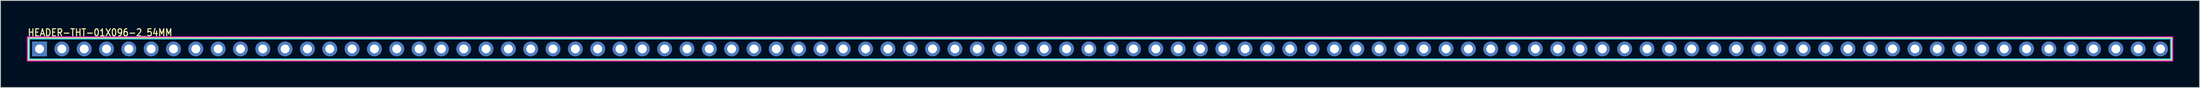
<source format=kicad_pcb>
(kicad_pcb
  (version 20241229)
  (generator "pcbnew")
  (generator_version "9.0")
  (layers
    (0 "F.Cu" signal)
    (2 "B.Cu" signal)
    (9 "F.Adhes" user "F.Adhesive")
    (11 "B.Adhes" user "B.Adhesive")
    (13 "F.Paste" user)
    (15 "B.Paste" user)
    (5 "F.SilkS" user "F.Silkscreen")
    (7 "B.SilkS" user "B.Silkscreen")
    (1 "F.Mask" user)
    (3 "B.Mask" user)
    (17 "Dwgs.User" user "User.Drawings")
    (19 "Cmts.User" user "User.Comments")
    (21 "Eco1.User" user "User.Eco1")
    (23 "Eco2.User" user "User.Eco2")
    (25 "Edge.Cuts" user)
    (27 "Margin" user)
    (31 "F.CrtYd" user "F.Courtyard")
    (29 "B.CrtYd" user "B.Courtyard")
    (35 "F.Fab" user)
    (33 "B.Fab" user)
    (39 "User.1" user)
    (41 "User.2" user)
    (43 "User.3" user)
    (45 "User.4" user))
  (footprint "HEADER-THT-01X096-2_54MM"
    (layer "F.Cu")
    (at 1.447 2.579)
    (property "Reference" "HEADER-THT-01X096-2_54MM" (at -1.4 -1.4 0) (unlocked yes) (layer "F.SilkS") (effects (font (size 0.813 0.695) (thickness 0.122)) (justify left bottom)))
    (fp_line (start -1.27 -1.27) (end -1.27 1.27) (stroke (width 0.127) (type solid)) (layer "F.SilkS"))
    (fp_line (start -1.27 1.27) (end 242.57 1.27) (stroke (width 0.127) (type solid)) (layer "F.SilkS"))
    (fp_line (start 242.57 -1.27) (end -1.27 -1.27) (stroke (width 0.127) (type solid)) (layer "F.SilkS"))
    (fp_line (start 242.57 1.27) (end 242.57 -1.27) (stroke (width 0.127) (type solid)) (layer "F.SilkS"))
    (fp_poly (pts (xy -1.143 -1.143) (xy 242.443 -1.143) (xy 242.443 1.143) (xy -1.143 1.143)) (stroke (width 0.1) (type solid)) (fill no) (layer "B.CrtYd"))
    (fp_poly (pts (xy -1.397 -1.397) (xy 242.697 -1.397) (xy 242.697 1.397) (xy -1.397 1.397)) (stroke (width 0.1) (type solid)) (fill no) (layer "F.CrtYd"))
    (pad "P$1" thru_hole rect (at 0 0) (size 1.693 1.693) (drill 1.016) (layers "*.Cu" "*.Mask"))
    (pad "P$2" thru_hole oval (at 2.54 0) (size 1.693 1.693) (drill 1.016) (layers "*.Cu" "*.Mask"))
    (pad "P$3" thru_hole oval (at 5.08 0) (size 1.693 1.693) (drill 1.016) (layers "*.Cu" "*.Mask"))
    (pad "P$4" thru_hole oval (at 7.62 0) (size 1.693 1.693) (drill 1.016) (layers "*.Cu" "*.Mask"))
    (pad "P$5" thru_hole oval (at 10.16 0) (size 1.693 1.693) (drill 1.016) (layers "*.Cu" "*.Mask"))
    (pad "P$6" thru_hole oval (at 12.7 0) (size 1.693 1.693) (drill 1.016) (layers "*.Cu" "*.Mask"))
    (pad "P$7" thru_hole oval (at 15.24 0) (size 1.693 1.693) (drill 1.016) (layers "*.Cu" "*.Mask"))
    (pad "P$8" thru_hole oval (at 17.78 0) (size 1.693 1.693) (drill 1.016) (layers "*.Cu" "*.Mask"))
    (pad "P$9" thru_hole oval (at 20.32 0) (size 1.693 1.693) (drill 1.016) (layers "*.Cu" "*.Mask"))
    (pad "P$10" thru_hole oval (at 22.86 0) (size 1.693 1.693) (drill 1.016) (layers "*.Cu" "*.Mask"))
    (pad "P$11" thru_hole oval (at 25.4 0) (size 1.693 1.693) (drill 1.016) (layers "*.Cu" "*.Mask"))
    (pad "P$12" thru_hole oval (at 27.94 0) (size 1.693 1.693) (drill 1.016) (layers "*.Cu" "*.Mask"))
    (pad "P$13" thru_hole oval (at 30.48 0) (size 1.693 1.693) (drill 1.016) (layers "*.Cu" "*.Mask"))
    (pad "P$14" thru_hole oval (at 33.02 0) (size 1.693 1.693) (drill 1.016) (layers "*.Cu" "*.Mask"))
    (pad "P$15" thru_hole oval (at 35.56 0) (size 1.693 1.693) (drill 1.016) (layers "*.Cu" "*.Mask"))
    (pad "P$16" thru_hole oval (at 38.1 0) (size 1.693 1.693) (drill 1.016) (layers "*.Cu" "*.Mask"))
    (pad "P$17" thru_hole oval (at 40.64 0) (size 1.693 1.693) (drill 1.016) (layers "*.Cu" "*.Mask"))
    (pad "P$18" thru_hole oval (at 43.18 0) (size 1.693 1.693) (drill 1.016) (layers "*.Cu" "*.Mask"))
    (pad "P$19" thru_hole oval (at 45.72 0) (size 1.693 1.693) (drill 1.016) (layers "*.Cu" "*.Mask"))
    (pad "P$20" thru_hole oval (at 48.26 0) (size 1.693 1.693) (drill 1.016) (layers "*.Cu" "*.Mask"))
    (pad "P$21" thru_hole oval (at 50.8 0) (size 1.693 1.693) (drill 1.016) (layers "*.Cu" "*.Mask"))
    (pad "P$22" thru_hole oval (at 53.34 0) (size 1.693 1.693) (drill 1.016) (layers "*.Cu" "*.Mask"))
    (pad "P$23" thru_hole oval (at 55.88 0) (size 1.693 1.693) (drill 1.016) (layers "*.Cu" "*.Mask"))
    (pad "P$24" thru_hole oval (at 58.42 0) (size 1.693 1.693) (drill 1.016) (layers "*.Cu" "*.Mask"))
    (pad "P$25" thru_hole oval (at 60.96 0) (size 1.693 1.693) (drill 1.016) (layers "*.Cu" "*.Mask"))
    (pad "P$26" thru_hole oval (at 63.5 0) (size 1.693 1.693) (drill 1.016) (layers "*.Cu" "*.Mask"))
    (pad "P$27" thru_hole oval (at 66.04 0) (size 1.693 1.693) (drill 1.016) (layers "*.Cu" "*.Mask"))
    (pad "P$28" thru_hole oval (at 68.58 0) (size 1.693 1.693) (drill 1.016) (layers "*.Cu" "*.Mask"))
    (pad "P$29" thru_hole oval (at 71.12 0) (size 1.693 1.693) (drill 1.016) (layers "*.Cu" "*.Mask"))
    (pad "P$30" thru_hole oval (at 73.66 0) (size 1.693 1.693) (drill 1.016) (layers "*.Cu" "*.Mask"))
    (pad "P$31" thru_hole oval (at 76.2 0) (size 1.693 1.693) (drill 1.016) (layers "*.Cu" "*.Mask"))
    (pad "P$32" thru_hole oval (at 78.74 0) (size 1.693 1.693) (drill 1.016) (layers "*.Cu" "*.Mask"))
    (pad "P$33" thru_hole oval (at 81.28 0) (size 1.693 1.693) (drill 1.016) (layers "*.Cu" "*.Mask"))
    (pad "P$34" thru_hole oval (at 83.82 0) (size 1.693 1.693) (drill 1.016) (layers "*.Cu" "*.Mask"))
    (pad "P$35" thru_hole oval (at 86.36 0) (size 1.693 1.693) (drill 1.016) (layers "*.Cu" "*.Mask"))
    (pad "P$36" thru_hole oval (at 88.9 0) (size 1.693 1.693) (drill 1.016) (layers "*.Cu" "*.Mask"))
    (pad "P$37" thru_hole oval (at 91.44 0) (size 1.693 1.693) (drill 1.016) (layers "*.Cu" "*.Mask"))
    (pad "P$38" thru_hole oval (at 93.98 0) (size 1.693 1.693) (drill 1.016) (layers "*.Cu" "*.Mask"))
    (pad "P$39" thru_hole oval (at 96.52 0) (size 1.693 1.693) (drill 1.016) (layers "*.Cu" "*.Mask"))
    (pad "P$40" thru_hole oval (at 99.06 0) (size 1.693 1.693) (drill 1.016) (layers "*.Cu" "*.Mask"))
    (pad "P$41" thru_hole oval (at 101.6 0) (size 1.693 1.693) (drill 1.016) (layers "*.Cu" "*.Mask"))
    (pad "P$42" thru_hole oval (at 104.14 0) (size 1.693 1.693) (drill 1.016) (layers "*.Cu" "*.Mask"))
    (pad "P$43" thru_hole oval (at 106.68 0) (size 1.693 1.693) (drill 1.016) (layers "*.Cu" "*.Mask"))
    (pad "P$44" thru_hole oval (at 109.22 0) (size 1.693 1.693) (drill 1.016) (layers "*.Cu" "*.Mask"))
    (pad "P$45" thru_hole oval (at 111.76 0) (size 1.693 1.693) (drill 1.016) (layers "*.Cu" "*.Mask"))
    (pad "P$46" thru_hole oval (at 114.3 0) (size 1.693 1.693) (drill 1.016) (layers "*.Cu" "*.Mask"))
    (pad "P$47" thru_hole oval (at 116.84 0) (size 1.693 1.693) (drill 1.016) (layers "*.Cu" "*.Mask"))
    (pad "P$48" thru_hole oval (at 119.38 0) (size 1.693 1.693) (drill 1.016) (layers "*.Cu" "*.Mask"))
    (pad "P$49" thru_hole oval (at 121.92 0) (size 1.693 1.693) (drill 1.016) (layers "*.Cu" "*.Mask"))
    (pad "P$50" thru_hole oval (at 124.46 0) (size 1.693 1.693) (drill 1.016) (layers "*.Cu" "*.Mask"))
    (pad "P$51" thru_hole oval (at 127 0) (size 1.693 1.693) (drill 1.016) (layers "*.Cu" "*.Mask"))
    (pad "P$52" thru_hole oval (at 129.54 0) (size 1.693 1.693) (drill 1.016) (layers "*.Cu" "*.Mask"))
    (pad "P$53" thru_hole oval (at 132.08 0) (size 1.693 1.693) (drill 1.016) (layers "*.Cu" "*.Mask"))
    (pad "P$54" thru_hole oval (at 134.62 0) (size 1.693 1.693) (drill 1.016) (layers "*.Cu" "*.Mask"))
    (pad "P$55" thru_hole oval (at 137.16 0) (size 1.693 1.693) (drill 1.016) (layers "*.Cu" "*.Mask"))
    (pad "P$56" thru_hole oval (at 139.7 0) (size 1.693 1.693) (drill 1.016) (layers "*.Cu" "*.Mask"))
    (pad "P$57" thru_hole oval (at 142.24 0) (size 1.693 1.693) (drill 1.016) (layers "*.Cu" "*.Mask"))
    (pad "P$58" thru_hole oval (at 144.78 0) (size 1.693 1.693) (drill 1.016) (layers "*.Cu" "*.Mask"))
    (pad "P$59" thru_hole oval (at 147.32 0) (size 1.693 1.693) (drill 1.016) (layers "*.Cu" "*.Mask"))
    (pad "P$60" thru_hole oval (at 149.86 0) (size 1.693 1.693) (drill 1.016) (layers "*.Cu" "*.Mask"))
    (pad "P$61" thru_hole oval (at 152.4 0) (size 1.693 1.693) (drill 1.016) (layers "*.Cu" "*.Mask"))
    (pad "P$62" thru_hole oval (at 154.94 0) (size 1.693 1.693) (drill 1.016) (layers "*.Cu" "*.Mask"))
    (pad "P$63" thru_hole oval (at 157.48 0) (size 1.693 1.693) (drill 1.016) (layers "*.Cu" "*.Mask"))
    (pad "P$64" thru_hole oval (at 160.02 0) (size 1.693 1.693) (drill 1.016) (layers "*.Cu" "*.Mask"))
    (pad "P$65" thru_hole oval (at 162.56 0) (size 1.693 1.693) (drill 1.016) (layers "*.Cu" "*.Mask"))
    (pad "P$66" thru_hole oval (at 165.1 0) (size 1.693 1.693) (drill 1.016) (layers "*.Cu" "*.Mask"))
    (pad "P$67" thru_hole oval (at 167.64 0) (size 1.693 1.693) (drill 1.016) (layers "*.Cu" "*.Mask"))
    (pad "P$68" thru_hole oval (at 170.18 0) (size 1.693 1.693) (drill 1.016) (layers "*.Cu" "*.Mask"))
    (pad "P$69" thru_hole oval (at 172.72 0) (size 1.693 1.693) (drill 1.016) (layers "*.Cu" "*.Mask"))
    (pad "P$70" thru_hole oval (at 175.26 0) (size 1.693 1.693) (drill 1.016) (layers "*.Cu" "*.Mask"))
    (pad "P$71" thru_hole oval (at 177.8 0) (size 1.693 1.693) (drill 1.016) (layers "*.Cu" "*.Mask"))
    (pad "P$72" thru_hole oval (at 180.34 0) (size 1.693 1.693) (drill 1.016) (layers "*.Cu" "*.Mask"))
    (pad "P$73" thru_hole oval (at 182.88 0) (size 1.693 1.693) (drill 1.016) (layers "*.Cu" "*.Mask"))
    (pad "P$74" thru_hole oval (at 185.42 0) (size 1.693 1.693) (drill 1.016) (layers "*.Cu" "*.Mask"))
    (pad "P$75" thru_hole oval (at 187.96 0) (size 1.693 1.693) (drill 1.016) (layers "*.Cu" "*.Mask"))
    (pad "P$76" thru_hole oval (at 190.5 0) (size 1.693 1.693) (drill 1.016) (layers "*.Cu" "*.Mask"))
    (pad "P$77" thru_hole oval (at 193.04 0) (size 1.693 1.693) (drill 1.016) (layers "*.Cu" "*.Mask"))
    (pad "P$78" thru_hole oval (at 195.58 0) (size 1.693 1.693) (drill 1.016) (layers "*.Cu" "*.Mask"))
    (pad "P$79" thru_hole oval (at 198.12 0) (size 1.693 1.693) (drill 1.016) (layers "*.Cu" "*.Mask"))
    (pad "P$80" thru_hole oval (at 200.66 0) (size 1.693 1.693) (drill 1.016) (layers "*.Cu" "*.Mask"))
    (pad "P$81" thru_hole oval (at 203.2 0) (size 1.693 1.693) (drill 1.016) (layers "*.Cu" "*.Mask"))
    (pad "P$82" thru_hole oval (at 205.74 0) (size 1.693 1.693) (drill 1.016) (layers "*.Cu" "*.Mask"))
    (pad "P$83" thru_hole oval (at 208.28 0) (size 1.693 1.693) (drill 1.016) (layers "*.Cu" "*.Mask"))
    (pad "P$84" thru_hole oval (at 210.82 0) (size 1.693 1.693) (drill 1.016) (layers "*.Cu" "*.Mask"))
    (pad "P$85" thru_hole oval (at 213.36 0) (size 1.693 1.693) (drill 1.016) (layers "*.Cu" "*.Mask"))
    (pad "P$86" thru_hole oval (at 215.9 0) (size 1.693 1.693) (drill 1.016) (layers "*.Cu" "*.Mask"))
    (pad "P$87" thru_hole oval (at 218.44 0) (size 1.693 1.693) (drill 1.016) (layers "*.Cu" "*.Mask"))
    (pad "P$88" thru_hole oval (at 220.98 0) (size 1.693 1.693) (drill 1.016) (layers "*.Cu" "*.Mask"))
    (pad "P$89" thru_hole oval (at 223.52 0) (size 1.693 1.693) (drill 1.016) (layers "*.Cu" "*.Mask"))
    (pad "P$90" thru_hole oval (at 226.06 0) (size 1.693 1.693) (drill 1.016) (layers "*.Cu" "*.Mask"))
    (pad "P$91" thru_hole oval (at 228.6 0) (size 1.693 1.693) (drill 1.016) (layers "*.Cu" "*.Mask"))
    (pad "P$92" thru_hole oval (at 231.14 0) (size 1.693 1.693) (drill 1.016) (layers "*.Cu" "*.Mask"))
    (pad "P$93" thru_hole oval (at 233.68 0) (size 1.693 1.693) (drill 1.016) (layers "*.Cu" "*.Mask"))
    (pad "P$94" thru_hole oval (at 236.22 0) (size 1.693 1.693) (drill 1.016) (layers "*.Cu" "*.Mask"))
    (pad "P$95" thru_hole oval (at 238.76 0) (size 1.693 1.693) (drill 1.016) (layers "*.Cu" "*.Mask"))
    (pad "P$96" thru_hole oval (at 241.3 0) (size 1.693 1.693) (drill 1.016) (layers "*.Cu" "*.Mask")))
  (gr_rect
    (start -3 -3)
    (end 247.194 7.026)
    (stroke (width 0.1) (type default))
    (fill no)
    (layer "Edge.Cuts")))
</source>
